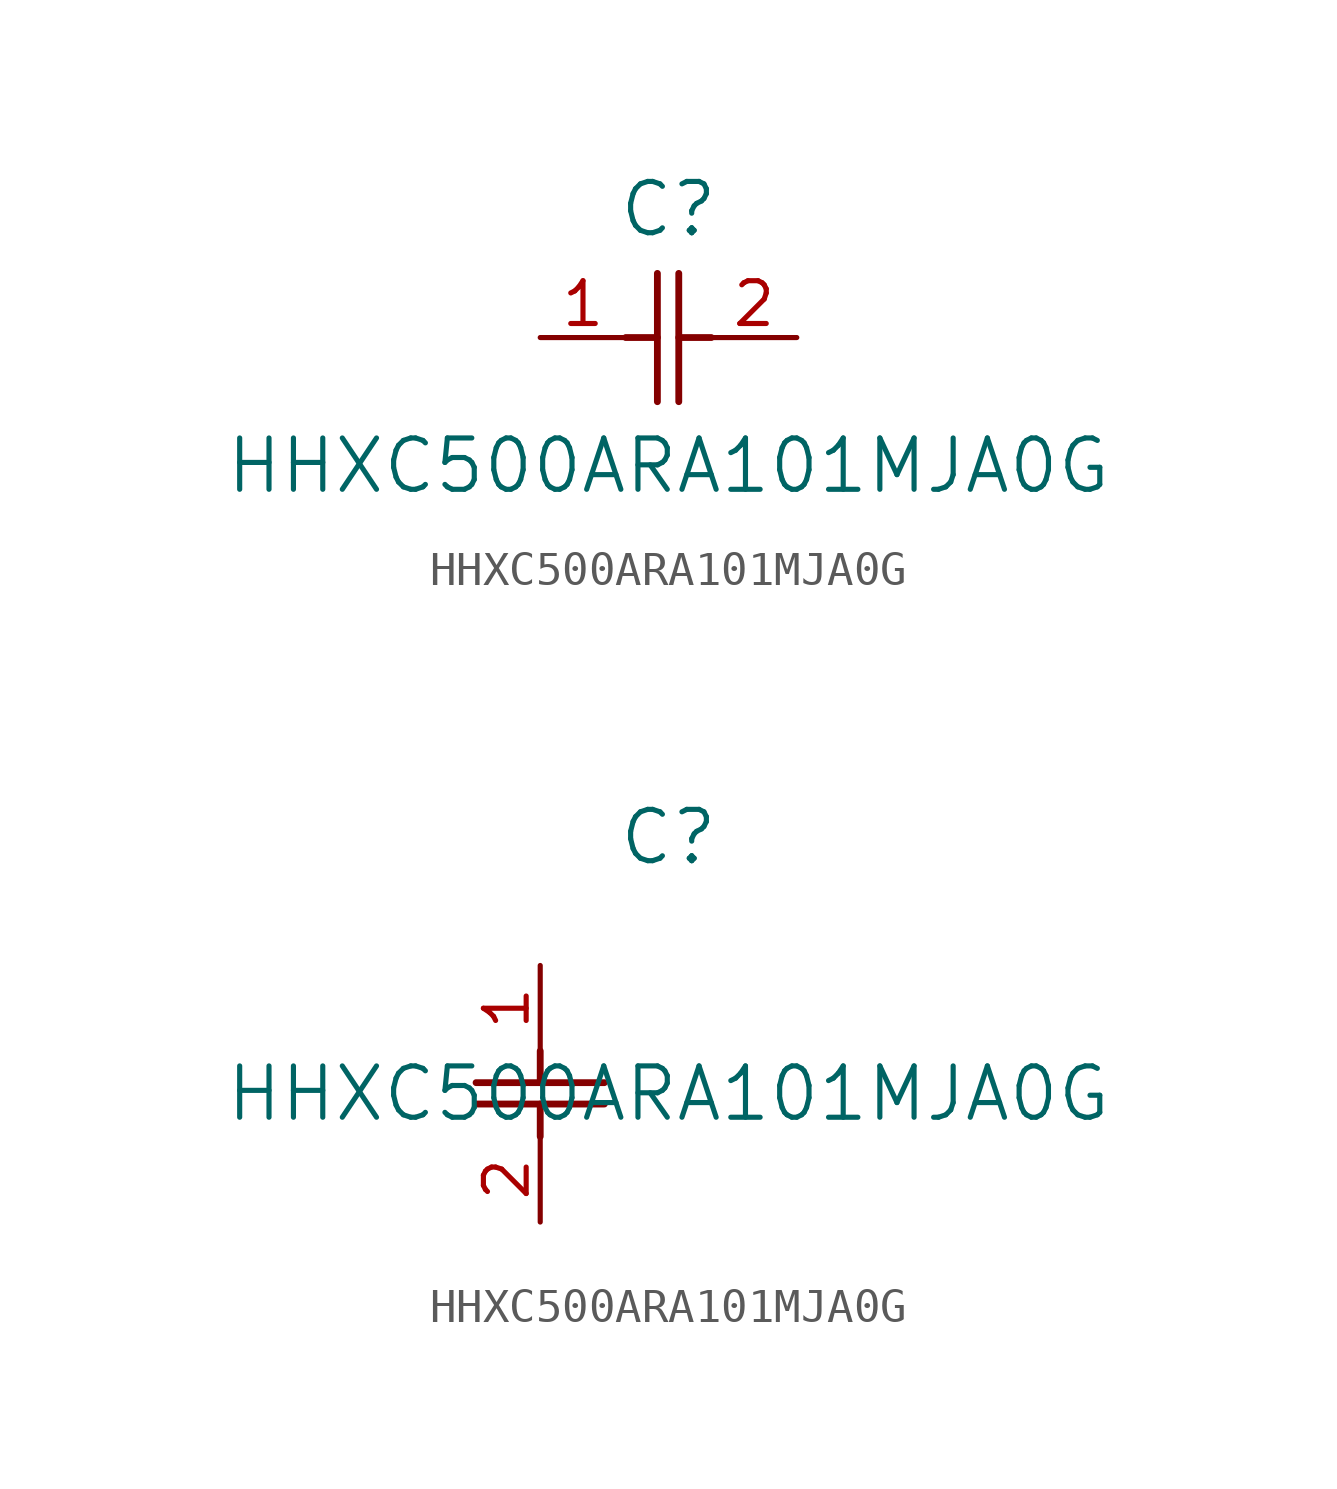
<source format=kicad_sym>
(kicad_symbol_lib
  (version 20211014)
  (generator kicad_symbol_editor)
  (symbol "HHXC500ARA101MJA0G"
    (pin_names
      (offset 0.254))
    (property "Reference" "C"
      (at 3.81 3.81 0)
      (effects (font (size 1.524 1.524))))
    (property "Value" "HHXC500ARA101MJA0G"
      (at 3.81 -3.81 0)
      (effects (font (size 1.524 1.524))))
    (symbol "HHXC500ARA101MJA0G_1_1"
      (polyline (pts (xy 3.48 -1.905) (xy 3.48 1.905)) (stroke (width 0.203) (type default) (color 0 0 0 0)) (fill (type none)))
      (polyline (pts (xy 4.115 -1.905) (xy 4.115 1.905)) (stroke (width 0.203) (type default) (color 0 0 0 0)) (fill (type none)))
      (polyline (pts (xy 4.115 0) (xy 5.08 0)) (stroke (width 0.203) (type default) (color 0 0 0 0)) (fill (type none)))
      (polyline (pts (xy 2.54 0) (xy 3.48 0)) (stroke (width 0.203) (type default) (color 0 0 0 0)) (fill (type none)))
      (pin unspecified line (at 0 0 0) (length 2.54) (name "" (effects (font (size 1.27 1.27)))) (number "1" (effects (font (size 1.27 1.27)))))
      (pin unspecified line (at 7.62 0 180) (length 2.54) (name "" (effects (font (size 1.27 1.27)))) (number "2" (effects (font (size 1.27 1.27))))))
    (symbol "HHXC500ARA101MJA0G_1_2"
      (polyline (pts (xy -1.905 -3.48) (xy 1.905 -3.48)) (stroke (width 0.203) (type default) (color 0 0 0 0)) (fill (type none)))
      (polyline (pts (xy -1.905 -4.115) (xy 1.905 -4.115)) (stroke (width 0.203) (type default) (color 0 0 0 0)) (fill (type none)))
      (polyline (pts (xy 0 -4.115) (xy 0 -5.08)) (stroke (width 0.203) (type default) (color 0 0 0 0)) (fill (type none)))
      (polyline (pts (xy 0 -2.54) (xy 0 -3.48)) (stroke (width 0.203) (type default) (color 0 0 0 0)) (fill (type none)))
      (pin unspecified line (at 0 0 270) (length 2.54) (name "" (effects (font (size 1.27 1.27)))) (number "1" (effects (font (size 1.27 1.27)))))
      (pin unspecified line (at 0 -7.62 90) (length 2.54) (name "" (effects (font (size 1.27 1.27)))) (number "2" (effects (font (size 1.27 1.27))))))))
</source>
